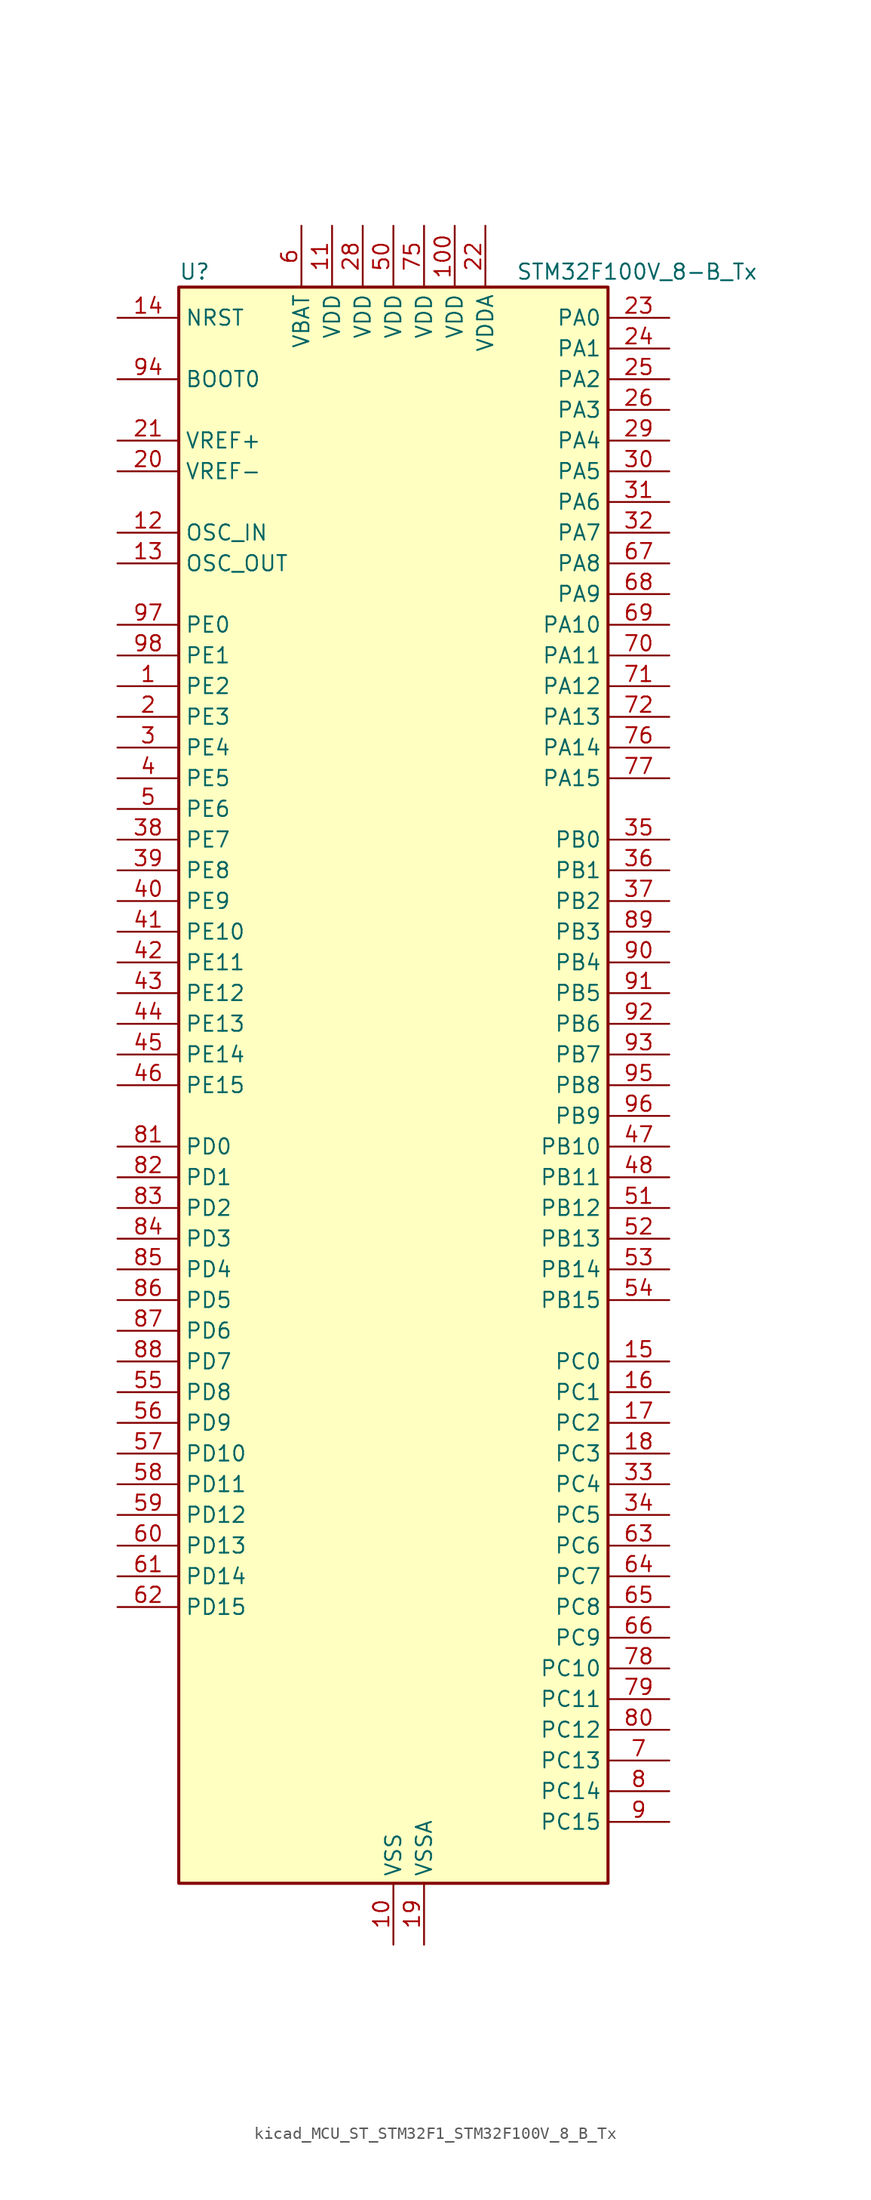
<source format=kicad_sym>
(kicad_symbol_lib
  (version 20220914)
  (generator kicad_symbol_editor)
  (symbol "kicad_MCU_ST_STM32F1_STM32F100V_8_B_Tx"
    (property "Reference" "U"
      (at -17.78 67.31 0)
      (effects (font (size 1.27 1.27)) (justify left)))
    (property "Value" "STM32F100V_8-B_Tx"
      (at 10.16 67.31 0)
      (effects (font (size 1.27 1.27)) (justify left)))
    (property "ki_locked" ""
      (at 0 0 0)
      (effects (font (size 1.27 1.27))))
    (symbol "kicad_MCU_ST_STM32F1_STM32F100V_8_B_Tx_0_1"
      (rectangle (start -17.78 -66.04) (end 17.78 66.04) (stroke (width 0.254) (type default)) (fill (type background))))
    (symbol "kicad_MCU_ST_STM32F1_STM32F100V_8_B_Tx_1_1"
      (pin bidirectional line (at -22.86 33.02 0) (length 5.08) (name "PE2" (effects (font (size 1.27 1.27)))) (number "1" (effects (font (size 1.27 1.27)))) (alternate "SYS_TRACECLK" bidirectional line))
      (pin power_in line (at 0 -71.12 90) (length 5.08) (name "VSS" (effects (font (size 1.27 1.27)))) (number "10" (effects (font (size 1.27 1.27)))))
      (pin power_in line (at 5.08 71.12 270) (length 5.08) (name "VDD" (effects (font (size 1.27 1.27)))) (number "100" (effects (font (size 1.27 1.27)))))
      (pin power_in line (at -5.08 71.12 270) (length 5.08) (name "VDD" (effects (font (size 1.27 1.27)))) (number "11" (effects (font (size 1.27 1.27)))))
      (pin input line (at -22.86 45.72 0) (length 5.08) (name "OSC_IN" (effects (font (size 1.27 1.27)))) (number "12" (effects (font (size 1.27 1.27)))) (alternate "RCC_OSC_IN" bidirectional line))
      (pin input line (at -22.86 43.18 0) (length 5.08) (name "OSC_OUT" (effects (font (size 1.27 1.27)))) (number "13" (effects (font (size 1.27 1.27)))) (alternate "RCC_OSC_OUT" bidirectional line))
      (pin input line (at -22.86 63.5 0) (length 5.08) (name "NRST" (effects (font (size 1.27 1.27)))) (number "14" (effects (font (size 1.27 1.27)))))
      (pin bidirectional line (at 22.86 -22.86 180) (length 5.08) (name "PC0" (effects (font (size 1.27 1.27)))) (number "15" (effects (font (size 1.27 1.27)))) (alternate "ADC1_IN10" bidirectional line))
      (pin bidirectional line (at 22.86 -25.4 180) (length 5.08) (name "PC1" (effects (font (size 1.27 1.27)))) (number "16" (effects (font (size 1.27 1.27)))) (alternate "ADC1_IN11" bidirectional line))
      (pin bidirectional line (at 22.86 -27.94 180) (length 5.08) (name "PC2" (effects (font (size 1.27 1.27)))) (number "17" (effects (font (size 1.27 1.27)))) (alternate "ADC1_IN12" bidirectional line))
      (pin bidirectional line (at 22.86 -30.48 180) (length 5.08) (name "PC3" (effects (font (size 1.27 1.27)))) (number "18" (effects (font (size 1.27 1.27)))) (alternate "ADC1_IN13" bidirectional line))
      (pin power_in line (at 2.54 -71.12 90) (length 5.08) (name "VSSA" (effects (font (size 1.27 1.27)))) (number "19" (effects (font (size 1.27 1.27)))))
      (pin bidirectional line (at -22.86 30.48 0) (length 5.08) (name "PE3" (effects (font (size 1.27 1.27)))) (number "2" (effects (font (size 1.27 1.27)))) (alternate "SYS_TRACED0" bidirectional line))
      (pin input line (at -22.86 50.8 0) (length 5.08) (name "VREF-" (effects (font (size 1.27 1.27)))) (number "20" (effects (font (size 1.27 1.27)))))
      (pin input line (at -22.86 53.34 0) (length 5.08) (name "VREF+" (effects (font (size 1.27 1.27)))) (number "21" (effects (font (size 1.27 1.27)))))
      (pin power_in line (at 7.62 71.12 270) (length 5.08) (name "VDDA" (effects (font (size 1.27 1.27)))) (number "22" (effects (font (size 1.27 1.27)))))
      (pin bidirectional line (at 22.86 63.5 180) (length 5.08) (name "PA0" (effects (font (size 1.27 1.27)))) (number "23" (effects (font (size 1.27 1.27)))) (alternate "ADC1_IN0" bidirectional line) (alternate "SYS_WKUP" bidirectional line) (alternate "TIM2_CH1" bidirectional line) (alternate "TIM2_ETR" bidirectional line) (alternate "USART2_CTS" bidirectional line))
      (pin bidirectional line (at 22.86 60.96 180) (length 5.08) (name "PA1" (effects (font (size 1.27 1.27)))) (number "24" (effects (font (size 1.27 1.27)))) (alternate "ADC1_IN1" bidirectional line) (alternate "TIM2_CH2" bidirectional line) (alternate "USART2_RTS" bidirectional line))
      (pin bidirectional line (at 22.86 58.42 180) (length 5.08) (name "PA2" (effects (font (size 1.27 1.27)))) (number "25" (effects (font (size 1.27 1.27)))) (alternate "ADC1_IN2" bidirectional line) (alternate "TIM15_CH1" bidirectional line) (alternate "TIM2_CH3" bidirectional line) (alternate "USART2_TX" bidirectional line))
      (pin bidirectional line (at 22.86 55.88 180) (length 5.08) (name "PA3" (effects (font (size 1.27 1.27)))) (number "26" (effects (font (size 1.27 1.27)))) (alternate "ADC1_IN3" bidirectional line) (alternate "TIM15_CH2" bidirectional line) (alternate "TIM2_CH4" bidirectional line) (alternate "USART2_RX" bidirectional line))
      (pin passive line (at 0 -71.12 90) (length 5.08) hide (name "VSS" (effects (font (size 1.27 1.27)))) (number "27" (effects (font (size 1.27 1.27)))))
      (pin power_in line (at -2.54 71.12 270) (length 5.08) (name "VDD" (effects (font (size 1.27 1.27)))) (number "28" (effects (font (size 1.27 1.27)))))
      (pin bidirectional line (at 22.86 53.34 180) (length 5.08) (name "PA4" (effects (font (size 1.27 1.27)))) (number "29" (effects (font (size 1.27 1.27)))) (alternate "ADC1_IN4" bidirectional line) (alternate "DAC_OUT1" bidirectional line) (alternate "SPI1_NSS" bidirectional line) (alternate "USART2_CK" bidirectional line))
      (pin bidirectional line (at -22.86 27.94 0) (length 5.08) (name "PE4" (effects (font (size 1.27 1.27)))) (number "3" (effects (font (size 1.27 1.27)))) (alternate "SYS_TRACED1" bidirectional line))
      (pin bidirectional line (at 22.86 50.8 180) (length 5.08) (name "PA5" (effects (font (size 1.27 1.27)))) (number "30" (effects (font (size 1.27 1.27)))) (alternate "ADC1_IN5" bidirectional line) (alternate "DAC_OUT2" bidirectional line) (alternate "SPI1_SCK" bidirectional line))
      (pin bidirectional line (at 22.86 48.26 180) (length 5.08) (name "PA6" (effects (font (size 1.27 1.27)))) (number "31" (effects (font (size 1.27 1.27)))) (alternate "ADC1_IN6" bidirectional line) (alternate "SPI1_MISO" bidirectional line) (alternate "TIM16_CH1" bidirectional line) (alternate "TIM1_BKIN" bidirectional line) (alternate "TIM3_CH1" bidirectional line))
      (pin bidirectional line (at 22.86 45.72 180) (length 5.08) (name "PA7" (effects (font (size 1.27 1.27)))) (number "32" (effects (font (size 1.27 1.27)))) (alternate "ADC1_IN7" bidirectional line) (alternate "SPI1_MOSI" bidirectional line) (alternate "TIM17_CH1" bidirectional line) (alternate "TIM1_CH1N" bidirectional line) (alternate "TIM3_CH2" bidirectional line))
      (pin bidirectional line (at 22.86 -33.02 180) (length 5.08) (name "PC4" (effects (font (size 1.27 1.27)))) (number "33" (effects (font (size 1.27 1.27)))) (alternate "ADC1_IN14" bidirectional line))
      (pin bidirectional line (at 22.86 -35.56 180) (length 5.08) (name "PC5" (effects (font (size 1.27 1.27)))) (number "34" (effects (font (size 1.27 1.27)))) (alternate "ADC1_IN15" bidirectional line))
      (pin bidirectional line (at 22.86 20.32 180) (length 5.08) (name "PB0" (effects (font (size 1.27 1.27)))) (number "35" (effects (font (size 1.27 1.27)))) (alternate "ADC1_IN8" bidirectional line) (alternate "TIM1_CH2N" bidirectional line) (alternate "TIM3_CH3" bidirectional line))
      (pin bidirectional line (at 22.86 17.78 180) (length 5.08) (name "PB1" (effects (font (size 1.27 1.27)))) (number "36" (effects (font (size 1.27 1.27)))) (alternate "ADC1_IN9" bidirectional line) (alternate "TIM1_CH3N" bidirectional line) (alternate "TIM3_CH4" bidirectional line))
      (pin bidirectional line (at 22.86 15.24 180) (length 5.08) (name "PB2" (effects (font (size 1.27 1.27)))) (number "37" (effects (font (size 1.27 1.27)))))
      (pin bidirectional line (at -22.86 20.32 0) (length 5.08) (name "PE7" (effects (font (size 1.27 1.27)))) (number "38" (effects (font (size 1.27 1.27)))) (alternate "TIM1_ETR" bidirectional line))
      (pin bidirectional line (at -22.86 17.78 0) (length 5.08) (name "PE8" (effects (font (size 1.27 1.27)))) (number "39" (effects (font (size 1.27 1.27)))) (alternate "TIM1_CH1N" bidirectional line))
      (pin bidirectional line (at -22.86 25.4 0) (length 5.08) (name "PE5" (effects (font (size 1.27 1.27)))) (number "4" (effects (font (size 1.27 1.27)))) (alternate "SYS_TRACED2" bidirectional line))
      (pin bidirectional line (at -22.86 15.24 0) (length 5.08) (name "PE9" (effects (font (size 1.27 1.27)))) (number "40" (effects (font (size 1.27 1.27)))) (alternate "DAC_EXTI9" bidirectional line) (alternate "TIM1_CH1" bidirectional line))
      (pin bidirectional line (at -22.86 12.7 0) (length 5.08) (name "PE10" (effects (font (size 1.27 1.27)))) (number "41" (effects (font (size 1.27 1.27)))) (alternate "TIM1_CH2N" bidirectional line))
      (pin bidirectional line (at -22.86 10.16 0) (length 5.08) (name "PE11" (effects (font (size 1.27 1.27)))) (number "42" (effects (font (size 1.27 1.27)))) (alternate "ADC1_EXTI11" bidirectional line) (alternate "TIM1_CH2" bidirectional line))
      (pin bidirectional line (at -22.86 7.62 0) (length 5.08) (name "PE12" (effects (font (size 1.27 1.27)))) (number "43" (effects (font (size 1.27 1.27)))) (alternate "TIM1_CH3N" bidirectional line))
      (pin bidirectional line (at -22.86 5.08 0) (length 5.08) (name "PE13" (effects (font (size 1.27 1.27)))) (number "44" (effects (font (size 1.27 1.27)))) (alternate "TIM1_CH3" bidirectional line))
      (pin bidirectional line (at -22.86 2.54 0) (length 5.08) (name "PE14" (effects (font (size 1.27 1.27)))) (number "45" (effects (font (size 1.27 1.27)))) (alternate "TIM1_CH4" bidirectional line))
      (pin bidirectional line (at -22.86 0 0) (length 5.08) (name "PE15" (effects (font (size 1.27 1.27)))) (number "46" (effects (font (size 1.27 1.27)))) (alternate "ADC1_EXTI15" bidirectional line) (alternate "TIM1_BKIN" bidirectional line))
      (pin bidirectional line (at 22.86 -5.08 180) (length 5.08) (name "PB10" (effects (font (size 1.27 1.27)))) (number "47" (effects (font (size 1.27 1.27)))) (alternate "CEC" bidirectional line) (alternate "I2C2_SCL" bidirectional line) (alternate "TIM2_CH3" bidirectional line) (alternate "USART3_TX" bidirectional line))
      (pin bidirectional line (at 22.86 -7.62 180) (length 5.08) (name "PB11" (effects (font (size 1.27 1.27)))) (number "48" (effects (font (size 1.27 1.27)))) (alternate "ADC1_EXTI11" bidirectional line) (alternate "I2C2_SDA" bidirectional line) (alternate "TIM2_CH4" bidirectional line) (alternate "USART3_RX" bidirectional line))
      (pin passive line (at 0 -71.12 90) (length 5.08) hide (name "VSS" (effects (font (size 1.27 1.27)))) (number "49" (effects (font (size 1.27 1.27)))))
      (pin bidirectional line (at -22.86 22.86 0) (length 5.08) (name "PE6" (effects (font (size 1.27 1.27)))) (number "5" (effects (font (size 1.27 1.27)))) (alternate "SYS_TRACED3" bidirectional line))
      (pin power_in line (at 0 71.12 270) (length 5.08) (name "VDD" (effects (font (size 1.27 1.27)))) (number "50" (effects (font (size 1.27 1.27)))))
      (pin bidirectional line (at 22.86 -10.16 180) (length 5.08) (name "PB12" (effects (font (size 1.27 1.27)))) (number "51" (effects (font (size 1.27 1.27)))) (alternate "I2C2_SMBA" bidirectional line) (alternate "SPI2_NSS" bidirectional line) (alternate "TIM1_BKIN" bidirectional line) (alternate "USART3_CK" bidirectional line))
      (pin bidirectional line (at 22.86 -12.7 180) (length 5.08) (name "PB13" (effects (font (size 1.27 1.27)))) (number "52" (effects (font (size 1.27 1.27)))) (alternate "SPI2_SCK" bidirectional line) (alternate "TIM1_CH1N" bidirectional line) (alternate "USART3_CTS" bidirectional line))
      (pin bidirectional line (at 22.86 -15.24 180) (length 5.08) (name "PB14" (effects (font (size 1.27 1.27)))) (number "53" (effects (font (size 1.27 1.27)))) (alternate "SPI2_MISO" bidirectional line) (alternate "TIM15_CH1" bidirectional line) (alternate "TIM1_CH2N" bidirectional line) (alternate "USART3_RTS" bidirectional line))
      (pin bidirectional line (at 22.86 -17.78 180) (length 5.08) (name "PB15" (effects (font (size 1.27 1.27)))) (number "54" (effects (font (size 1.27 1.27)))) (alternate "ADC1_EXTI15" bidirectional line) (alternate "SPI2_MOSI" bidirectional line) (alternate "TIM15_CH1N" bidirectional line) (alternate "TIM15_CH2" bidirectional line) (alternate "TIM1_CH3N" bidirectional line))
      (pin bidirectional line (at -22.86 -25.4 0) (length 5.08) (name "PD8" (effects (font (size 1.27 1.27)))) (number "55" (effects (font (size 1.27 1.27)))) (alternate "USART3_TX" bidirectional line))
      (pin bidirectional line (at -22.86 -27.94 0) (length 5.08) (name "PD9" (effects (font (size 1.27 1.27)))) (number "56" (effects (font (size 1.27 1.27)))) (alternate "DAC_EXTI9" bidirectional line) (alternate "USART3_RX" bidirectional line))
      (pin bidirectional line (at -22.86 -30.48 0) (length 5.08) (name "PD10" (effects (font (size 1.27 1.27)))) (number "57" (effects (font (size 1.27 1.27)))) (alternate "USART3_CK" bidirectional line))
      (pin bidirectional line (at -22.86 -33.02 0) (length 5.08) (name "PD11" (effects (font (size 1.27 1.27)))) (number "58" (effects (font (size 1.27 1.27)))) (alternate "ADC1_EXTI11" bidirectional line) (alternate "USART3_CTS" bidirectional line))
      (pin bidirectional line (at -22.86 -35.56 0) (length 5.08) (name "PD12" (effects (font (size 1.27 1.27)))) (number "59" (effects (font (size 1.27 1.27)))) (alternate "TIM4_CH1" bidirectional line) (alternate "USART3_RTS" bidirectional line))
      (pin power_in line (at -7.62 71.12 270) (length 5.08) (name "VBAT" (effects (font (size 1.27 1.27)))) (number "6" (effects (font (size 1.27 1.27)))))
      (pin bidirectional line (at -22.86 -38.1 0) (length 5.08) (name "PD13" (effects (font (size 1.27 1.27)))) (number "60" (effects (font (size 1.27 1.27)))) (alternate "TIM4_CH2" bidirectional line))
      (pin bidirectional line (at -22.86 -40.64 0) (length 5.08) (name "PD14" (effects (font (size 1.27 1.27)))) (number "61" (effects (font (size 1.27 1.27)))) (alternate "TIM4_CH3" bidirectional line))
      (pin bidirectional line (at -22.86 -43.18 0) (length 5.08) (name "PD15" (effects (font (size 1.27 1.27)))) (number "62" (effects (font (size 1.27 1.27)))) (alternate "ADC1_EXTI15" bidirectional line) (alternate "TIM4_CH4" bidirectional line))
      (pin bidirectional line (at 22.86 -38.1 180) (length 5.08) (name "PC6" (effects (font (size 1.27 1.27)))) (number "63" (effects (font (size 1.27 1.27)))) (alternate "TIM3_CH1" bidirectional line))
      (pin bidirectional line (at 22.86 -40.64 180) (length 5.08) (name "PC7" (effects (font (size 1.27 1.27)))) (number "64" (effects (font (size 1.27 1.27)))) (alternate "TIM3_CH2" bidirectional line))
      (pin bidirectional line (at 22.86 -43.18 180) (length 5.08) (name "PC8" (effects (font (size 1.27 1.27)))) (number "65" (effects (font (size 1.27 1.27)))) (alternate "TIM3_CH3" bidirectional line))
      (pin bidirectional line (at 22.86 -45.72 180) (length 5.08) (name "PC9" (effects (font (size 1.27 1.27)))) (number "66" (effects (font (size 1.27 1.27)))) (alternate "DAC_EXTI9" bidirectional line) (alternate "TIM3_CH4" bidirectional line))
      (pin bidirectional line (at 22.86 43.18 180) (length 5.08) (name "PA8" (effects (font (size 1.27 1.27)))) (number "67" (effects (font (size 1.27 1.27)))) (alternate "RCC_MCO" bidirectional line) (alternate "TIM1_CH1" bidirectional line) (alternate "USART1_CK" bidirectional line))
      (pin bidirectional line (at 22.86 40.64 180) (length 5.08) (name "PA9" (effects (font (size 1.27 1.27)))) (number "68" (effects (font (size 1.27 1.27)))) (alternate "DAC_EXTI9" bidirectional line) (alternate "TIM15_BKIN" bidirectional line) (alternate "TIM1_CH2" bidirectional line) (alternate "USART1_TX" bidirectional line))
      (pin bidirectional line (at 22.86 38.1 180) (length 5.08) (name "PA10" (effects (font (size 1.27 1.27)))) (number "69" (effects (font (size 1.27 1.27)))) (alternate "TIM17_BKIN" bidirectional line) (alternate "TIM1_CH3" bidirectional line) (alternate "USART1_RX" bidirectional line))
      (pin bidirectional line (at 22.86 -55.88 180) (length 5.08) (name "PC13" (effects (font (size 1.27 1.27)))) (number "7" (effects (font (size 1.27 1.27)))) (alternate "RTC_OUT" bidirectional line) (alternate "RTC_TAMPER" bidirectional line))
      (pin bidirectional line (at 22.86 35.56 180) (length 5.08) (name "PA11" (effects (font (size 1.27 1.27)))) (number "70" (effects (font (size 1.27 1.27)))) (alternate "ADC1_EXTI11" bidirectional line) (alternate "TIM1_CH4" bidirectional line) (alternate "USART1_CTS" bidirectional line))
      (pin bidirectional line (at 22.86 33.02 180) (length 5.08) (name "PA12" (effects (font (size 1.27 1.27)))) (number "71" (effects (font (size 1.27 1.27)))) (alternate "TIM1_ETR" bidirectional line) (alternate "USART1_RTS" bidirectional line))
      (pin bidirectional line (at 22.86 30.48 180) (length 5.08) (name "PA13" (effects (font (size 1.27 1.27)))) (number "72" (effects (font (size 1.27 1.27)))) (alternate "SYS_JTMS-SWDIO" bidirectional line))
      (pin no_connect line (at -17.78 -66.04 0) (length 5.08) hide (name "NC" (effects (font (size 1.27 1.27)))) (number "73" (effects (font (size 1.27 1.27)))))
      (pin passive line (at 0 -71.12 90) (length 5.08) hide (name "VSS" (effects (font (size 1.27 1.27)))) (number "74" (effects (font (size 1.27 1.27)))))
      (pin power_in line (at 2.54 71.12 270) (length 5.08) (name "VDD" (effects (font (size 1.27 1.27)))) (number "75" (effects (font (size 1.27 1.27)))))
      (pin bidirectional line (at 22.86 27.94 180) (length 5.08) (name "PA14" (effects (font (size 1.27 1.27)))) (number "76" (effects (font (size 1.27 1.27)))) (alternate "SYS_JTCK-SWCLK" bidirectional line))
      (pin bidirectional line (at 22.86 25.4 180) (length 5.08) (name "PA15" (effects (font (size 1.27 1.27)))) (number "77" (effects (font (size 1.27 1.27)))) (alternate "ADC1_EXTI15" bidirectional line) (alternate "SPI1_NSS" bidirectional line) (alternate "SYS_JTDI" bidirectional line) (alternate "TIM2_CH1" bidirectional line) (alternate "TIM2_ETR" bidirectional line))
      (pin bidirectional line (at 22.86 -48.26 180) (length 5.08) (name "PC10" (effects (font (size 1.27 1.27)))) (number "78" (effects (font (size 1.27 1.27)))) (alternate "USART3_TX" bidirectional line))
      (pin bidirectional line (at 22.86 -50.8 180) (length 5.08) (name "PC11" (effects (font (size 1.27 1.27)))) (number "79" (effects (font (size 1.27 1.27)))) (alternate "ADC1_EXTI11" bidirectional line) (alternate "USART3_RX" bidirectional line))
      (pin bidirectional line (at 22.86 -58.42 180) (length 5.08) (name "PC14" (effects (font (size 1.27 1.27)))) (number "8" (effects (font (size 1.27 1.27)))) (alternate "RCC_OSC32_IN" bidirectional line))
      (pin bidirectional line (at 22.86 -53.34 180) (length 5.08) (name "PC12" (effects (font (size 1.27 1.27)))) (number "80" (effects (font (size 1.27 1.27)))) (alternate "USART3_CK" bidirectional line))
      (pin bidirectional line (at -22.86 -5.08 0) (length 5.08) (name "PD0" (effects (font (size 1.27 1.27)))) (number "81" (effects (font (size 1.27 1.27)))))
      (pin bidirectional line (at -22.86 -7.62 0) (length 5.08) (name "PD1" (effects (font (size 1.27 1.27)))) (number "82" (effects (font (size 1.27 1.27)))))
      (pin bidirectional line (at -22.86 -10.16 0) (length 5.08) (name "PD2" (effects (font (size 1.27 1.27)))) (number "83" (effects (font (size 1.27 1.27)))) (alternate "TIM3_ETR" bidirectional line))
      (pin bidirectional line (at -22.86 -12.7 0) (length 5.08) (name "PD3" (effects (font (size 1.27 1.27)))) (number "84" (effects (font (size 1.27 1.27)))) (alternate "USART2_CTS" bidirectional line))
      (pin bidirectional line (at -22.86 -15.24 0) (length 5.08) (name "PD4" (effects (font (size 1.27 1.27)))) (number "85" (effects (font (size 1.27 1.27)))) (alternate "USART2_RTS" bidirectional line))
      (pin bidirectional line (at -22.86 -17.78 0) (length 5.08) (name "PD5" (effects (font (size 1.27 1.27)))) (number "86" (effects (font (size 1.27 1.27)))) (alternate "USART2_TX" bidirectional line))
      (pin bidirectional line (at -22.86 -20.32 0) (length 5.08) (name "PD6" (effects (font (size 1.27 1.27)))) (number "87" (effects (font (size 1.27 1.27)))) (alternate "USART2_RX" bidirectional line))
      (pin bidirectional line (at -22.86 -22.86 0) (length 5.08) (name "PD7" (effects (font (size 1.27 1.27)))) (number "88" (effects (font (size 1.27 1.27)))) (alternate "USART2_CK" bidirectional line))
      (pin bidirectional line (at 22.86 12.7 180) (length 5.08) (name "PB3" (effects (font (size 1.27 1.27)))) (number "89" (effects (font (size 1.27 1.27)))) (alternate "SPI1_SCK" bidirectional line) (alternate "SYS_JTDO-TRACESWO" bidirectional line) (alternate "TIM2_CH2" bidirectional line))
      (pin bidirectional line (at 22.86 -60.96 180) (length 5.08) (name "PC15" (effects (font (size 1.27 1.27)))) (number "9" (effects (font (size 1.27 1.27)))) (alternate "ADC1_EXTI15" bidirectional line) (alternate "RCC_OSC32_OUT" bidirectional line))
      (pin bidirectional line (at 22.86 10.16 180) (length 5.08) (name "PB4" (effects (font (size 1.27 1.27)))) (number "90" (effects (font (size 1.27 1.27)))) (alternate "SPI1_MISO" bidirectional line) (alternate "SYS_NJTRST" bidirectional line) (alternate "TIM3_CH1" bidirectional line))
      (pin bidirectional line (at 22.86 7.62 180) (length 5.08) (name "PB5" (effects (font (size 1.27 1.27)))) (number "91" (effects (font (size 1.27 1.27)))) (alternate "I2C1_SMBA" bidirectional line) (alternate "SPI1_MOSI" bidirectional line) (alternate "TIM16_BKIN" bidirectional line) (alternate "TIM3_CH2" bidirectional line))
      (pin bidirectional line (at 22.86 5.08 180) (length 5.08) (name "PB6" (effects (font (size 1.27 1.27)))) (number "92" (effects (font (size 1.27 1.27)))) (alternate "I2C1_SCL" bidirectional line) (alternate "TIM16_CH1N" bidirectional line) (alternate "TIM4_CH1" bidirectional line) (alternate "USART1_TX" bidirectional line))
      (pin bidirectional line (at 22.86 2.54 180) (length 5.08) (name "PB7" (effects (font (size 1.27 1.27)))) (number "93" (effects (font (size 1.27 1.27)))) (alternate "I2C1_SDA" bidirectional line) (alternate "TIM17_CH1N" bidirectional line) (alternate "TIM4_CH2" bidirectional line) (alternate "USART1_RX" bidirectional line))
      (pin input line (at -22.86 58.42 0) (length 5.08) (name "BOOT0" (effects (font (size 1.27 1.27)))) (number "94" (effects (font (size 1.27 1.27)))))
      (pin bidirectional line (at 22.86 0 180) (length 5.08) (name "PB8" (effects (font (size 1.27 1.27)))) (number "95" (effects (font (size 1.27 1.27)))) (alternate "CEC" bidirectional line) (alternate "I2C1_SCL" bidirectional line) (alternate "TIM16_CH1" bidirectional line) (alternate "TIM4_CH3" bidirectional line))
      (pin bidirectional line (at 22.86 -2.54 180) (length 5.08) (name "PB9" (effects (font (size 1.27 1.27)))) (number "96" (effects (font (size 1.27 1.27)))) (alternate "DAC_EXTI9" bidirectional line) (alternate "I2C1_SDA" bidirectional line) (alternate "TIM17_CH1" bidirectional line) (alternate "TIM4_CH4" bidirectional line))
      (pin bidirectional line (at -22.86 38.1 0) (length 5.08) (name "PE0" (effects (font (size 1.27 1.27)))) (number "97" (effects (font (size 1.27 1.27)))) (alternate "TIM4_ETR" bidirectional line))
      (pin bidirectional line (at -22.86 35.56 0) (length 5.08) (name "PE1" (effects (font (size 1.27 1.27)))) (number "98" (effects (font (size 1.27 1.27)))))
      (pin passive line (at 0 -71.12 90) (length 5.08) hide (name "VSS" (effects (font (size 1.27 1.27)))) (number "99" (effects (font (size 1.27 1.27))))))))
</source>
